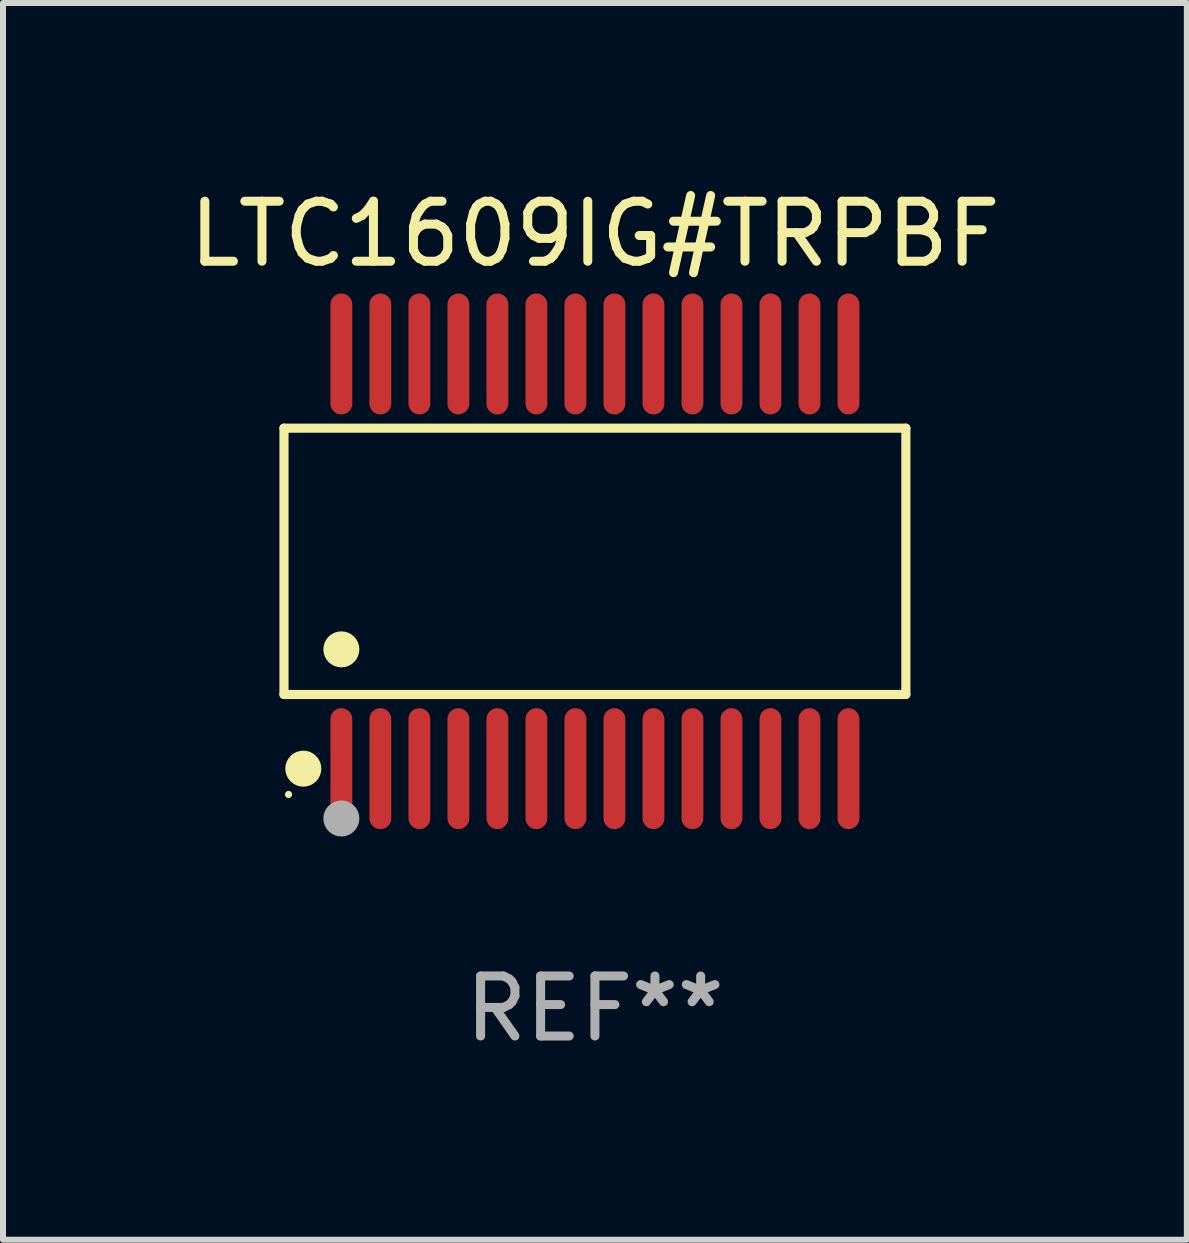
<source format=kicad_pcb>
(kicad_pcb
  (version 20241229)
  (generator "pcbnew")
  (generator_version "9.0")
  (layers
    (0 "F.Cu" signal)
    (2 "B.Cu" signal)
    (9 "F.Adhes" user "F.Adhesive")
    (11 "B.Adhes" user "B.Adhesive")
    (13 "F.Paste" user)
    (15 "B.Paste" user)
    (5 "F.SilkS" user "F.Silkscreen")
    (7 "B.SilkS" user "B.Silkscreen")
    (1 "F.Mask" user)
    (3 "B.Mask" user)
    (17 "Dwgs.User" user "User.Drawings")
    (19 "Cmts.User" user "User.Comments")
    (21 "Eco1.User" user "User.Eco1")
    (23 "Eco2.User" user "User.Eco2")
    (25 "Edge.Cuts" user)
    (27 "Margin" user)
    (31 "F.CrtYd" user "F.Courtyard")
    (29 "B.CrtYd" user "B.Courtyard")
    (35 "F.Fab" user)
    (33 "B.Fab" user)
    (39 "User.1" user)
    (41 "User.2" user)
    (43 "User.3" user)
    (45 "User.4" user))
  (footprint "LTC1609IG#TRPBF"
    (layer "F.Cu")
    (at 6.863 6.303)
    (property "Reference" "LTC1609IG#TRPBF" (at 0 -5.455 0) (layer "F.SilkS") (effects (font (size 1 1) (thickness 0.15))))
    (attr through_hole)
    (fp_line (start -5.181 -2.219) (end 5.181 -2.219) (stroke (width 0.152) (type solid)) (layer "F.SilkS"))
    (fp_line (start -5.181 2.219) (end -5.181 -2.219) (stroke (width 0.152) (type solid)) (layer "F.SilkS"))
    (fp_line (start 5.181 -2.219) (end 5.181 2.219) (stroke (width 0.152) (type solid)) (layer "F.SilkS"))
    (fp_line (start 5.181 2.219) (end -5.181 2.219) (stroke (width 0.152) (type solid)) (layer "F.SilkS"))
    (fp_circle (center -5.105 3.885) (end -5.075 3.885) (stroke (width 0.06) (type solid)) (fill no) (layer "F.SilkS"))
    (fp_circle (center -4.859 3.455) (end -4.709 3.455) (stroke (width 0.3) (type solid)) (fill no) (layer "F.SilkS"))
    (fp_circle (center -4.225 1.467) (end -4.075 1.467) (stroke (width 0.3) (type solid)) (fill no) (layer "F.SilkS"))
    (fp_circle (center -4.225 4.285) (end -4.075 4.285) (stroke (width 0.3) (type solid)) (fill no) (layer "F.Fab"))
    (fp_text user "REF**" (at 0 7.455 0) (layer "F.Fab") (effects (font (size 1 1) (thickness 0.15))))
    (pad "1" smd oval (at -4.225 3.455) (size 0.364 2.015) (layers "F.Cu" "F.Mask" "F.Paste"))
    (pad "2" smd oval (at -3.575 3.455) (size 0.364 2.015) (layers "F.Cu" "F.Mask" "F.Paste"))
    (pad "3" smd oval (at -2.925 3.455) (size 0.364 2.015) (layers "F.Cu" "F.Mask" "F.Paste"))
    (pad "4" smd oval (at -2.275 3.455) (size 0.364 2.015) (layers "F.Cu" "F.Mask" "F.Paste"))
    (pad "5" smd oval (at -1.625 3.455) (size 0.364 2.015) (layers "F.Cu" "F.Mask" "F.Paste"))
    (pad "6" smd oval (at -0.975 3.455) (size 0.364 2.015) (layers "F.Cu" "F.Mask" "F.Paste"))
    (pad "7" smd oval (at -0.325 3.455) (size 0.364 2.015) (layers "F.Cu" "F.Mask" "F.Paste"))
    (pad "8" smd oval (at 0.325 3.455) (size 0.364 2.015) (layers "F.Cu" "F.Mask" "F.Paste"))
    (pad "9" smd oval (at 0.975 3.455) (size 0.364 2.015) (layers "F.Cu" "F.Mask" "F.Paste"))
    (pad "10" smd oval (at 1.625 3.455) (size 0.364 2.015) (layers "F.Cu" "F.Mask" "F.Paste"))
    (pad "11" smd oval (at 2.275 3.455) (size 0.364 2.015) (layers "F.Cu" "F.Mask" "F.Paste"))
    (pad "12" smd oval (at 2.925 3.455) (size 0.364 2.015) (layers "F.Cu" "F.Mask" "F.Paste"))
    (pad "13" smd oval (at 3.575 3.455) (size 0.364 2.015) (layers "F.Cu" "F.Mask" "F.Paste"))
    (pad "14" smd oval (at 4.225 3.455) (size 0.364 2.015) (layers "F.Cu" "F.Mask" "F.Paste"))
    (pad "15" smd oval (at 4.225 -3.455) (size 0.364 2.015) (layers "F.Cu" "F.Mask" "F.Paste"))
    (pad "16" smd oval (at 3.575 -3.455) (size 0.364 2.015) (layers "F.Cu" "F.Mask" "F.Paste"))
    (pad "17" smd oval (at 2.925 -3.455) (size 0.364 2.015) (layers "F.Cu" "F.Mask" "F.Paste"))
    (pad "18" smd oval (at 2.275 -3.455) (size 0.364 2.015) (layers "F.Cu" "F.Mask" "F.Paste"))
    (pad "19" smd oval (at 1.625 -3.455) (size 0.364 2.015) (layers "F.Cu" "F.Mask" "F.Paste"))
    (pad "20" smd oval (at 0.975 -3.455) (size 0.364 2.015) (layers "F.Cu" "F.Mask" "F.Paste"))
    (pad "21" smd oval (at 0.325 -3.455) (size 0.364 2.015) (layers "F.Cu" "F.Mask" "F.Paste"))
    (pad "22" smd oval (at -0.325 -3.455) (size 0.364 2.015) (layers "F.Cu" "F.Mask" "F.Paste"))
    (pad "23" smd oval (at -0.975 -3.455) (size 0.364 2.015) (layers "F.Cu" "F.Mask" "F.Paste"))
    (pad "24" smd oval (at -1.625 -3.455) (size 0.364 2.015) (layers "F.Cu" "F.Mask" "F.Paste"))
    (pad "25" smd oval (at -2.275 -3.455) (size 0.364 2.015) (layers "F.Cu" "F.Mask" "F.Paste"))
    (pad "26" smd oval (at -2.925 -3.455) (size 0.364 2.015) (layers "F.Cu" "F.Mask" "F.Paste"))
    (pad "27" smd oval (at -3.575 -3.455) (size 0.364 2.015) (layers "F.Cu" "F.Mask" "F.Paste"))
    (pad "28" smd oval (at -4.225 -3.455) (size 0.364 2.015) (layers "F.Cu" "F.Mask" "F.Paste")))
  (gr_rect
    (start -3 -3)
    (end 16.726 17.607)
    (stroke (width 0.1) (type default))
    (fill no)
    (layer "Edge.Cuts")))
</source>
